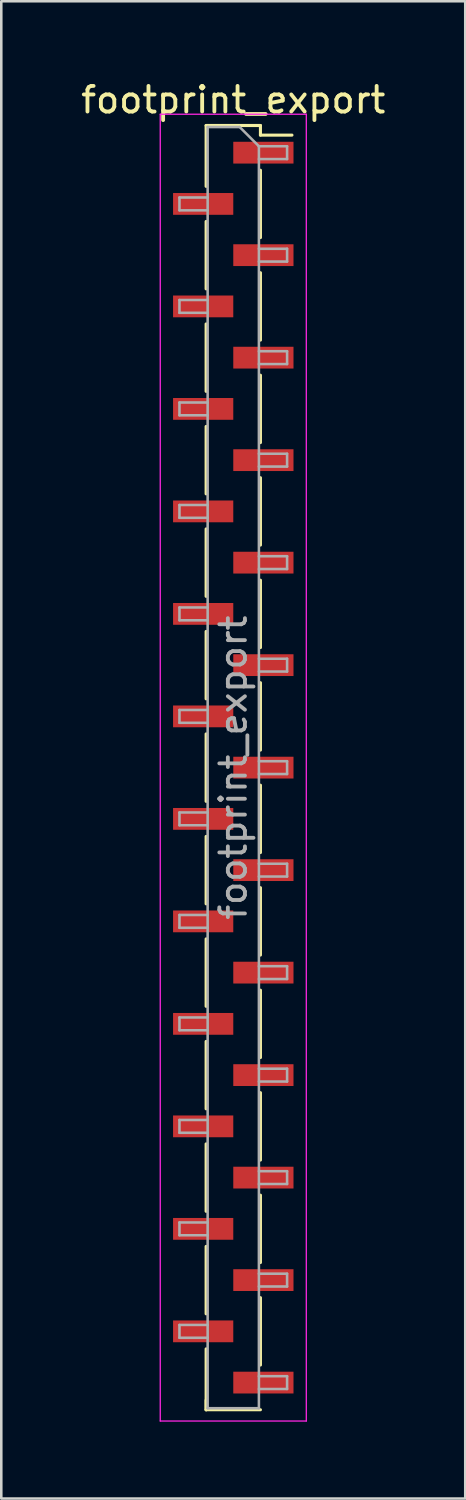
<source format=kicad_pcb>
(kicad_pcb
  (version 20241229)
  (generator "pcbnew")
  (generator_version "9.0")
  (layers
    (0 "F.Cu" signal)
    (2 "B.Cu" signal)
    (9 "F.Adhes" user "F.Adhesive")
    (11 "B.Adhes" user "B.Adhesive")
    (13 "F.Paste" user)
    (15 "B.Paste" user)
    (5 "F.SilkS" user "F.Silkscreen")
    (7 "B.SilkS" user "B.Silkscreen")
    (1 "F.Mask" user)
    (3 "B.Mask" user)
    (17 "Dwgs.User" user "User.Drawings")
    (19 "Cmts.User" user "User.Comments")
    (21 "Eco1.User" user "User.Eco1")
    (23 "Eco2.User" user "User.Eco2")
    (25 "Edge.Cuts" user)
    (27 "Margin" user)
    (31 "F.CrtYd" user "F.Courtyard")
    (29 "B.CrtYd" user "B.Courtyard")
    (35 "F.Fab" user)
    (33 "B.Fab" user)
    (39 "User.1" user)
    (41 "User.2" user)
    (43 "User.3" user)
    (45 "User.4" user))
  (footprint "footprint_export"
    (layer "F.Cu")
    (at 6.054 26.908)
    (property "Reference" "footprint_export" (at 0 -26.06 0) (layer "F.SilkS") (effects (font (size 1 1) (thickness 0.15))))
    (attr smd)
    (fp_line (start -1.06 -25.06) (end -1.06 -22.685) (stroke (width 0.12) (type solid)) (layer "F.SilkS"))
    (fp_line (start -1.06 -25.06) (end 1.06 -25.06) (stroke (width 0.12) (type solid)) (layer "F.SilkS"))
    (fp_line (start -1.06 -21.315) (end -1.06 -18.685) (stroke (width 0.12) (type solid)) (layer "F.SilkS"))
    (fp_line (start -1.06 -17.315) (end -1.06 -14.685) (stroke (width 0.12) (type solid)) (layer "F.SilkS"))
    (fp_line (start -1.06 -13.315) (end -1.06 -10.685) (stroke (width 0.12) (type solid)) (layer "F.SilkS"))
    (fp_line (start -1.06 -9.315) (end -1.06 -6.685) (stroke (width 0.12) (type solid)) (layer "F.SilkS"))
    (fp_line (start -1.06 -5.315) (end -1.06 -2.685) (stroke (width 0.12) (type solid)) (layer "F.SilkS"))
    (fp_line (start -1.06 -1.315) (end -1.06 1.315) (stroke (width 0.12) (type solid)) (layer "F.SilkS"))
    (fp_line (start -1.06 2.685) (end -1.06 5.315) (stroke (width 0.12) (type solid)) (layer "F.SilkS"))
    (fp_line (start -1.06 6.685) (end -1.06 9.315) (stroke (width 0.12) (type solid)) (layer "F.SilkS"))
    (fp_line (start -1.06 10.685) (end -1.06 13.315) (stroke (width 0.12) (type solid)) (layer "F.SilkS"))
    (fp_line (start -1.06 14.685) (end -1.06 17.315) (stroke (width 0.12) (type solid)) (layer "F.SilkS"))
    (fp_line (start -1.06 18.685) (end -1.06 21.315) (stroke (width 0.12) (type solid)) (layer "F.SilkS"))
    (fp_line (start -1.06 22.685) (end -1.06 25.06) (stroke (width 0.12) (type solid)) (layer "F.SilkS"))
    (fp_line (start -1.06 24.685) (end -1.06 25.06) (stroke (width 0.12) (type solid)) (layer "F.SilkS"))
    (fp_line (start -1.06 25.06) (end 1.06 25.06) (stroke (width 0.12) (type solid)) (layer "F.SilkS"))
    (fp_line (start 1.06 -25.06) (end 1.06 -24.685) (stroke (width 0.12) (type solid)) (layer "F.SilkS"))
    (fp_line (start 1.06 -24.685) (end 2.29 -24.685) (stroke (width 0.12) (type solid)) (layer "F.SilkS"))
    (fp_line (start 1.06 -23.315) (end 1.06 -20.685) (stroke (width 0.12) (type solid)) (layer "F.SilkS"))
    (fp_line (start 1.06 -19.315) (end 1.06 -16.685) (stroke (width 0.12) (type solid)) (layer "F.SilkS"))
    (fp_line (start 1.06 -15.315) (end 1.06 -12.685) (stroke (width 0.12) (type solid)) (layer "F.SilkS"))
    (fp_line (start 1.06 -11.315) (end 1.06 -8.685) (stroke (width 0.12) (type solid)) (layer "F.SilkS"))
    (fp_line (start 1.06 -7.315) (end 1.06 -4.685) (stroke (width 0.12) (type solid)) (layer "F.SilkS"))
    (fp_line (start 1.06 -3.315) (end 1.06 -0.685) (stroke (width 0.12) (type solid)) (layer "F.SilkS"))
    (fp_line (start 1.06 0.685) (end 1.06 3.315) (stroke (width 0.12) (type solid)) (layer "F.SilkS"))
    (fp_line (start 1.06 4.685) (end 1.06 7.315) (stroke (width 0.12) (type solid)) (layer "F.SilkS"))
    (fp_line (start 1.06 8.685) (end 1.06 11.315) (stroke (width 0.12) (type solid)) (layer "F.SilkS"))
    (fp_line (start 1.06 12.685) (end 1.06 15.315) (stroke (width 0.12) (type solid)) (layer "F.SilkS"))
    (fp_line (start 1.06 16.685) (end 1.06 19.315) (stroke (width 0.12) (type solid)) (layer "F.SilkS"))
    (fp_line (start 1.06 20.685) (end 1.06 23.315) (stroke (width 0.12) (type solid)) (layer "F.SilkS"))
    (fp_line (start -2.85 -25.5) (end -2.85 25.5) (stroke (width 0.05) (type solid)) (layer "F.CrtYd"))
    (fp_line (start -2.85 25.5) (end 2.85 25.5) (stroke (width 0.05) (type solid)) (layer "F.CrtYd"))
    (fp_line (start 2.85 -25.5) (end -2.85 -25.5) (stroke (width 0.05) (type solid)) (layer "F.CrtYd"))
    (fp_line (start 2.85 25.5) (end 2.85 -25.5) (stroke (width 0.05) (type solid)) (layer "F.CrtYd"))
    (fp_line (start -2.1 -22.25) (end -2.1 -21.75) (stroke (width 0.1) (type solid)) (layer "F.Fab"))
    (fp_line (start -2.1 -21.75) (end -1 -21.75) (stroke (width 0.1) (type solid)) (layer "F.Fab"))
    (fp_line (start -2.1 -18.25) (end -2.1 -17.75) (stroke (width 0.1) (type solid)) (layer "F.Fab"))
    (fp_line (start -2.1 -17.75) (end -1 -17.75) (stroke (width 0.1) (type solid)) (layer "F.Fab"))
    (fp_line (start -2.1 -14.25) (end -2.1 -13.75) (stroke (width 0.1) (type solid)) (layer "F.Fab"))
    (fp_line (start -2.1 -13.75) (end -1 -13.75) (stroke (width 0.1) (type solid)) (layer "F.Fab"))
    (fp_line (start -2.1 -10.25) (end -2.1 -9.75) (stroke (width 0.1) (type solid)) (layer "F.Fab"))
    (fp_line (start -2.1 -9.75) (end -1 -9.75) (stroke (width 0.1) (type solid)) (layer "F.Fab"))
    (fp_line (start -2.1 -6.25) (end -2.1 -5.75) (stroke (width 0.1) (type solid)) (layer "F.Fab"))
    (fp_line (start -2.1 -5.75) (end -1 -5.75) (stroke (width 0.1) (type solid)) (layer "F.Fab"))
    (fp_line (start -2.1 -2.25) (end -2.1 -1.75) (stroke (width 0.1) (type solid)) (layer "F.Fab"))
    (fp_line (start -2.1 -1.75) (end -1 -1.75) (stroke (width 0.1) (type solid)) (layer "F.Fab"))
    (fp_line (start -2.1 1.75) (end -2.1 2.25) (stroke (width 0.1) (type solid)) (layer "F.Fab"))
    (fp_line (start -2.1 2.25) (end -1 2.25) (stroke (width 0.1) (type solid)) (layer "F.Fab"))
    (fp_line (start -2.1 5.75) (end -2.1 6.25) (stroke (width 0.1) (type solid)) (layer "F.Fab"))
    (fp_line (start -2.1 6.25) (end -1 6.25) (stroke (width 0.1) (type solid)) (layer "F.Fab"))
    (fp_line (start -2.1 9.75) (end -2.1 10.25) (stroke (width 0.1) (type solid)) (layer "F.Fab"))
    (fp_line (start -2.1 10.25) (end -1 10.25) (stroke (width 0.1) (type solid)) (layer "F.Fab"))
    (fp_line (start -2.1 13.75) (end -2.1 14.25) (stroke (width 0.1) (type solid)) (layer "F.Fab"))
    (fp_line (start -2.1 14.25) (end -1 14.25) (stroke (width 0.1) (type solid)) (layer "F.Fab"))
    (fp_line (start -2.1 17.75) (end -2.1 18.25) (stroke (width 0.1) (type solid)) (layer "F.Fab"))
    (fp_line (start -2.1 18.25) (end -1 18.25) (stroke (width 0.1) (type solid)) (layer "F.Fab"))
    (fp_line (start -2.1 21.75) (end -2.1 22.25) (stroke (width 0.1) (type solid)) (layer "F.Fab"))
    (fp_line (start -2.1 22.25) (end -1 22.25) (stroke (width 0.1) (type solid)) (layer "F.Fab"))
    (fp_line (start -1 -25) (end -1 25) (stroke (width 0.1) (type solid)) (layer "F.Fab"))
    (fp_line (start -1 -25) (end 0.25 -25) (stroke (width 0.1) (type solid)) (layer "F.Fab"))
    (fp_line (start -1 -22.25) (end -2.1 -22.25) (stroke (width 0.1) (type solid)) (layer "F.Fab"))
    (fp_line (start -1 -18.25) (end -2.1 -18.25) (stroke (width 0.1) (type solid)) (layer "F.Fab"))
    (fp_line (start -1 -14.25) (end -2.1 -14.25) (stroke (width 0.1) (type solid)) (layer "F.Fab"))
    (fp_line (start -1 -10.25) (end -2.1 -10.25) (stroke (width 0.1) (type solid)) (layer "F.Fab"))
    (fp_line (start -1 -6.25) (end -2.1 -6.25) (stroke (width 0.1) (type solid)) (layer "F.Fab"))
    (fp_line (start -1 -2.25) (end -2.1 -2.25) (stroke (width 0.1) (type solid)) (layer "F.Fab"))
    (fp_line (start -1 1.75) (end -2.1 1.75) (stroke (width 0.1) (type solid)) (layer "F.Fab"))
    (fp_line (start -1 5.75) (end -2.1 5.75) (stroke (width 0.1) (type solid)) (layer "F.Fab"))
    (fp_line (start -1 9.75) (end -2.1 9.75) (stroke (width 0.1) (type solid)) (layer "F.Fab"))
    (fp_line (start -1 13.75) (end -2.1 13.75) (stroke (width 0.1) (type solid)) (layer "F.Fab"))
    (fp_line (start -1 17.75) (end -2.1 17.75) (stroke (width 0.1) (type solid)) (layer "F.Fab"))
    (fp_line (start -1 21.75) (end -2.1 21.75) (stroke (width 0.1) (type solid)) (layer "F.Fab"))
    (fp_line (start 1 -24.25) (end 0.25 -25) (stroke (width 0.1) (type solid)) (layer "F.Fab"))
    (fp_line (start 1 -24.25) (end 2.1 -24.25) (stroke (width 0.1) (type solid)) (layer "F.Fab"))
    (fp_line (start 1 -20.25) (end 2.1 -20.25) (stroke (width 0.1) (type solid)) (layer "F.Fab"))
    (fp_line (start 1 -16.25) (end 2.1 -16.25) (stroke (width 0.1) (type solid)) (layer "F.Fab"))
    (fp_line (start 1 -12.25) (end 2.1 -12.25) (stroke (width 0.1) (type solid)) (layer "F.Fab"))
    (fp_line (start 1 -8.25) (end 2.1 -8.25) (stroke (width 0.1) (type solid)) (layer "F.Fab"))
    (fp_line (start 1 -4.25) (end 2.1 -4.25) (stroke (width 0.1) (type solid)) (layer "F.Fab"))
    (fp_line (start 1 -0.25) (end 2.1 -0.25) (stroke (width 0.1) (type solid)) (layer "F.Fab"))
    (fp_line (start 1 3.75) (end 2.1 3.75) (stroke (width 0.1) (type solid)) (layer "F.Fab"))
    (fp_line (start 1 7.75) (end 2.1 7.75) (stroke (width 0.1) (type solid)) (layer "F.Fab"))
    (fp_line (start 1 11.75) (end 2.1 11.75) (stroke (width 0.1) (type solid)) (layer "F.Fab"))
    (fp_line (start 1 15.75) (end 2.1 15.75) (stroke (width 0.1) (type solid)) (layer "F.Fab"))
    (fp_line (start 1 19.75) (end 2.1 19.75) (stroke (width 0.1) (type solid)) (layer "F.Fab"))
    (fp_line (start 1 23.75) (end 2.1 23.75) (stroke (width 0.1) (type solid)) (layer "F.Fab"))
    (fp_line (start 1 25) (end -1 25) (stroke (width 0.1) (type solid)) (layer "F.Fab"))
    (fp_line (start 1 25) (end 1 -24.25) (stroke (width 0.1) (type solid)) (layer "F.Fab"))
    (fp_line (start 2.1 -24.25) (end 2.1 -23.75) (stroke (width 0.1) (type solid)) (layer "F.Fab"))
    (fp_line (start 2.1 -23.75) (end 1 -23.75) (stroke (width 0.1) (type solid)) (layer "F.Fab"))
    (fp_line (start 2.1 -20.25) (end 2.1 -19.75) (stroke (width 0.1) (type solid)) (layer "F.Fab"))
    (fp_line (start 2.1 -19.75) (end 1 -19.75) (stroke (width 0.1) (type solid)) (layer "F.Fab"))
    (fp_line (start 2.1 -16.25) (end 2.1 -15.75) (stroke (width 0.1) (type solid)) (layer "F.Fab"))
    (fp_line (start 2.1 -15.75) (end 1 -15.75) (stroke (width 0.1) (type solid)) (layer "F.Fab"))
    (fp_line (start 2.1 -12.25) (end 2.1 -11.75) (stroke (width 0.1) (type solid)) (layer "F.Fab"))
    (fp_line (start 2.1 -11.75) (end 1 -11.75) (stroke (width 0.1) (type solid)) (layer "F.Fab"))
    (fp_line (start 2.1 -8.25) (end 2.1 -7.75) (stroke (width 0.1) (type solid)) (layer "F.Fab"))
    (fp_line (start 2.1 -7.75) (end 1 -7.75) (stroke (width 0.1) (type solid)) (layer "F.Fab"))
    (fp_line (start 2.1 -4.25) (end 2.1 -3.75) (stroke (width 0.1) (type solid)) (layer "F.Fab"))
    (fp_line (start 2.1 -3.75) (end 1 -3.75) (stroke (width 0.1) (type solid)) (layer "F.Fab"))
    (fp_line (start 2.1 -0.25) (end 2.1 0.25) (stroke (width 0.1) (type solid)) (layer "F.Fab"))
    (fp_line (start 2.1 0.25) (end 1 0.25) (stroke (width 0.1) (type solid)) (layer "F.Fab"))
    (fp_line (start 2.1 3.75) (end 2.1 4.25) (stroke (width 0.1) (type solid)) (layer "F.Fab"))
    (fp_line (start 2.1 4.25) (end 1 4.25) (stroke (width 0.1) (type solid)) (layer "F.Fab"))
    (fp_line (start 2.1 7.75) (end 2.1 8.25) (stroke (width 0.1) (type solid)) (layer "F.Fab"))
    (fp_line (start 2.1 8.25) (end 1 8.25) (stroke (width 0.1) (type solid)) (layer "F.Fab"))
    (fp_line (start 2.1 11.75) (end 2.1 12.25) (stroke (width 0.1) (type solid)) (layer "F.Fab"))
    (fp_line (start 2.1 12.25) (end 1 12.25) (stroke (width 0.1) (type solid)) (layer "F.Fab"))
    (fp_line (start 2.1 15.75) (end 2.1 16.25) (stroke (width 0.1) (type solid)) (layer "F.Fab"))
    (fp_line (start 2.1 16.25) (end 1 16.25) (stroke (width 0.1) (type solid)) (layer "F.Fab"))
    (fp_line (start 2.1 19.75) (end 2.1 20.25) (stroke (width 0.1) (type solid)) (layer "F.Fab"))
    (fp_line (start 2.1 20.25) (end 1 20.25) (stroke (width 0.1) (type solid)) (layer "F.Fab"))
    (fp_line (start 2.1 23.75) (end 2.1 24.25) (stroke (width 0.1) (type solid)) (layer "F.Fab"))
    (fp_line (start 2.1 24.25) (end 1 24.25) (stroke (width 0.1) (type solid)) (layer "F.Fab"))
    (fp_text user "${REFERENCE}" (at 0 0 90) (layer "F.Fab") (effects (font (size 1 1) (thickness 0.15))))
    (pad "1" smd rect (at 1.175 -24) (size 2.35 0.85) (layers "F.Cu" "F.Mask" "F.Paste"))
    (pad "2" smd rect (at -1.175 -22) (size 2.35 0.85) (layers "F.Cu" "F.Mask" "F.Paste"))
    (pad "3" smd rect (at 1.175 -20) (size 2.35 0.85) (layers "F.Cu" "F.Mask" "F.Paste"))
    (pad "4" smd rect (at -1.175 -18) (size 2.35 0.85) (layers "F.Cu" "F.Mask" "F.Paste"))
    (pad "5" smd rect (at 1.175 -16) (size 2.35 0.85) (layers "F.Cu" "F.Mask" "F.Paste"))
    (pad "6" smd rect (at -1.175 -14) (size 2.35 0.85) (layers "F.Cu" "F.Mask" "F.Paste"))
    (pad "7" smd rect (at 1.175 -12) (size 2.35 0.85) (layers "F.Cu" "F.Mask" "F.Paste"))
    (pad "8" smd rect (at -1.175 -10) (size 2.35 0.85) (layers "F.Cu" "F.Mask" "F.Paste"))
    (pad "9" smd rect (at 1.175 -8) (size 2.35 0.85) (layers "F.Cu" "F.Mask" "F.Paste"))
    (pad "10" smd rect (at -1.175 -6) (size 2.35 0.85) (layers "F.Cu" "F.Mask" "F.Paste"))
    (pad "11" smd rect (at 1.175 -4) (size 2.35 0.85) (layers "F.Cu" "F.Mask" "F.Paste"))
    (pad "12" smd rect (at -1.175 -2) (size 2.35 0.85) (layers "F.Cu" "F.Mask" "F.Paste"))
    (pad "13" smd rect (at 1.175 0) (size 2.35 0.85) (layers "F.Cu" "F.Mask" "F.Paste"))
    (pad "14" smd rect (at -1.175 2) (size 2.35 0.85) (layers "F.Cu" "F.Mask" "F.Paste"))
    (pad "15" smd rect (at 1.175 4) (size 2.35 0.85) (layers "F.Cu" "F.Mask" "F.Paste"))
    (pad "16" smd rect (at -1.175 6) (size 2.35 0.85) (layers "F.Cu" "F.Mask" "F.Paste"))
    (pad "17" smd rect (at 1.175 8) (size 2.35 0.85) (layers "F.Cu" "F.Mask" "F.Paste"))
    (pad "18" smd rect (at -1.175 10) (size 2.35 0.85) (layers "F.Cu" "F.Mask" "F.Paste"))
    (pad "19" smd rect (at 1.175 12) (size 2.35 0.85) (layers "F.Cu" "F.Mask" "F.Paste"))
    (pad "20" smd rect (at -1.175 14) (size 2.35 0.85) (layers "F.Cu" "F.Mask" "F.Paste"))
    (pad "21" smd rect (at 1.175 16) (size 2.35 0.85) (layers "F.Cu" "F.Mask" "F.Paste"))
    (pad "22" smd rect (at -1.175 18) (size 2.35 0.85) (layers "F.Cu" "F.Mask" "F.Paste"))
    (pad "23" smd rect (at 1.175 20) (size 2.35 0.85) (layers "F.Cu" "F.Mask" "F.Paste"))
    (pad "24" smd rect (at -1.175 22) (size 2.35 0.85) (layers "F.Cu" "F.Mask" "F.Paste"))
    (pad "25" smd rect (at 1.175 24) (size 2.35 0.85) (layers "F.Cu" "F.Mask" "F.Paste")))
  (gr_rect
    (start -3 -3)
    (end 15.107 55.433)
    (stroke (width 0.1) (type default))
    (fill no)
    (layer "Edge.Cuts")))
</source>
